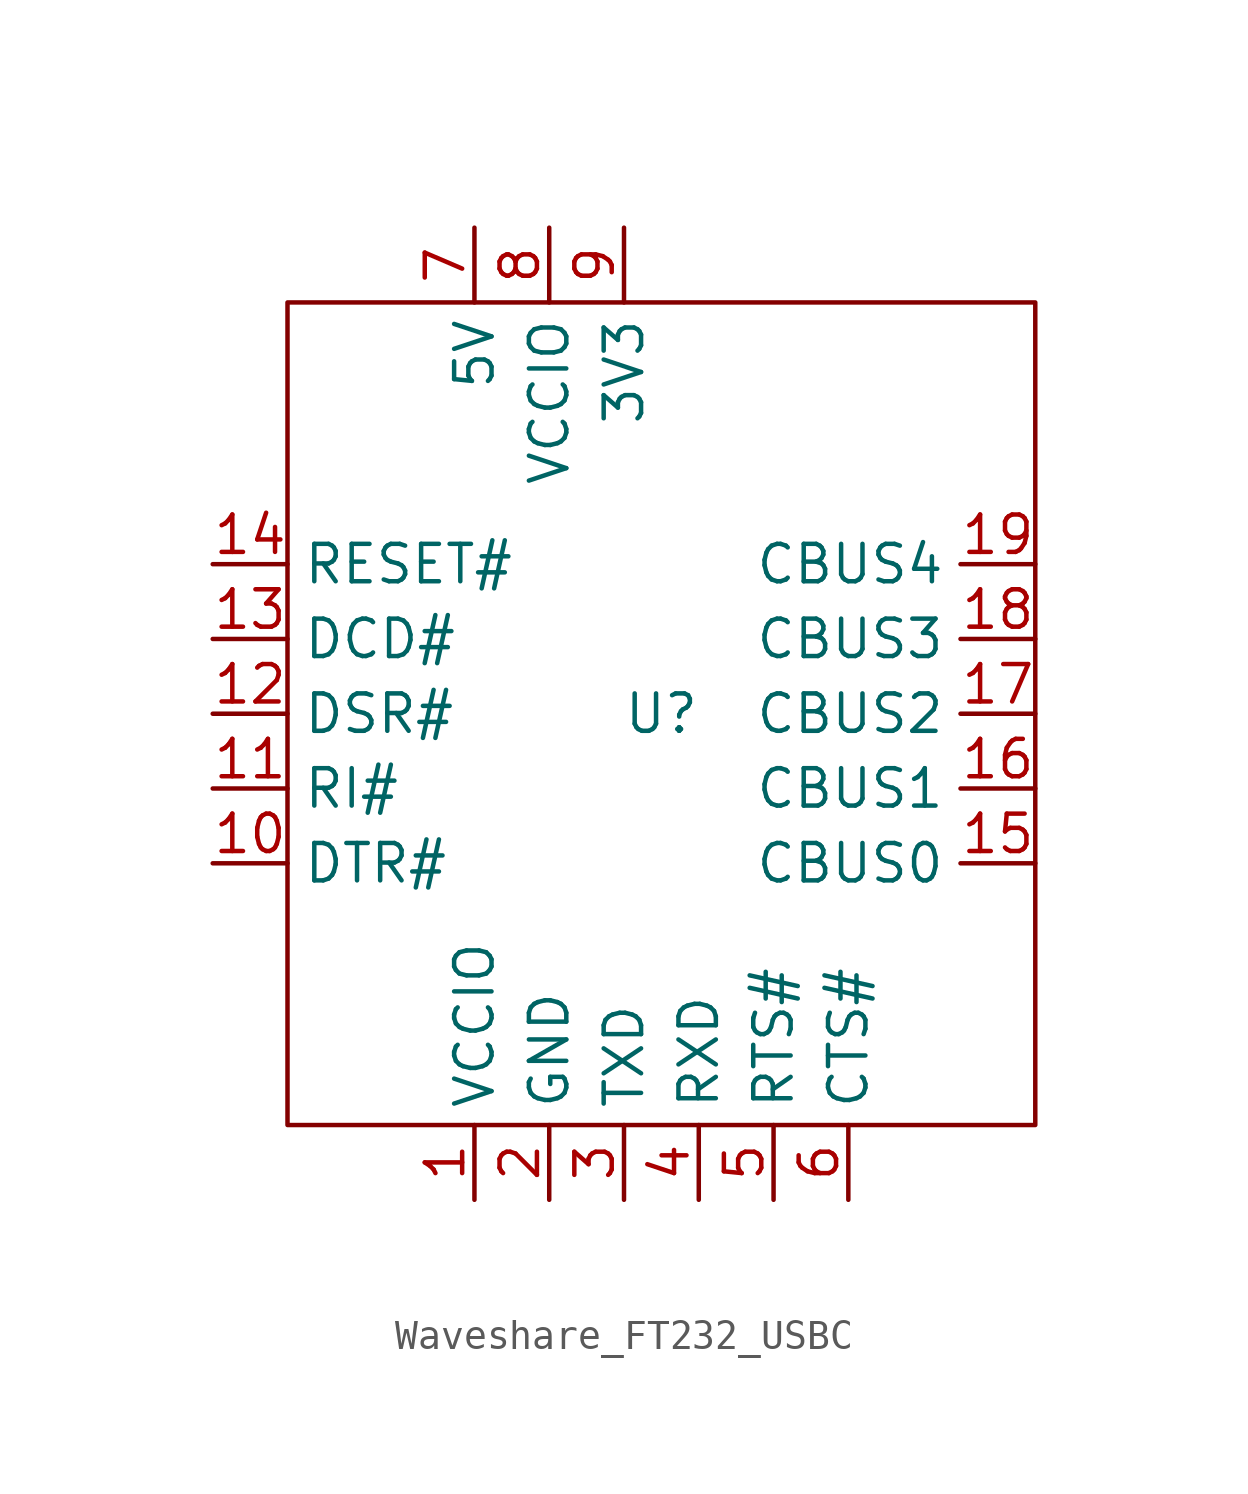
<source format=kicad_sym>
(kicad_symbol_lib
  (version 20220914)
  (generator kicad_symbol_editor)
  (symbol "Waveshare_FT232_USBC"
    (property "Reference" "U"
      (at 0 0 0)
      (effects (font (size 1.27 1.27))))
    (property "Value" ""
      (at 0 0 0)
      (effects (font (size 1.27 1.27))))
    (symbol "Waveshare_FT232_USBC_0_1"
      (rectangle (start -12.7 13.97) (end 12.7 -13.97) (stroke (width 0) (type default)) (fill (type none))))
    (symbol "Waveshare_FT232_USBC_1_1"
      (pin bidirectional line (at -6.35 -16.51 90) (length 2.54) (name "VCCIO" (effects (font (size 1.27 1.27)))) (number "1" (effects (font (size 1.27 1.27)))))
      (pin bidirectional line (at -15.24 -5.08 0) (length 2.54) (name "DTR#" (effects (font (size 1.27 1.27)))) (number "10" (effects (font (size 1.27 1.27)))))
      (pin bidirectional line (at -15.24 -2.54 0) (length 2.54) (name "RI#" (effects (font (size 1.27 1.27)))) (number "11" (effects (font (size 1.27 1.27)))))
      (pin bidirectional line (at -15.24 0 0) (length 2.54) (name "DSR#" (effects (font (size 1.27 1.27)))) (number "12" (effects (font (size 1.27 1.27)))))
      (pin bidirectional line (at -15.24 2.54 0) (length 2.54) (name "DCD#" (effects (font (size 1.27 1.27)))) (number "13" (effects (font (size 1.27 1.27)))))
      (pin bidirectional line (at -15.24 5.08 0) (length 2.54) (name "RESET#" (effects (font (size 1.27 1.27)))) (number "14" (effects (font (size 1.27 1.27)))))
      (pin bidirectional line (at 12.7 -5.08 180) (length 2.54) (name "CBUS0" (effects (font (size 1.27 1.27)))) (number "15" (effects (font (size 1.27 1.27)))))
      (pin bidirectional line (at 12.7 -2.54 180) (length 2.54) (name "CBUS1" (effects (font (size 1.27 1.27)))) (number "16" (effects (font (size 1.27 1.27)))))
      (pin bidirectional line (at 12.7 0 180) (length 2.54) (name "CBUS2" (effects (font (size 1.27 1.27)))) (number "17" (effects (font (size 1.27 1.27)))))
      (pin bidirectional line (at 12.7 2.54 180) (length 2.54) (name "CBUS3" (effects (font (size 1.27 1.27)))) (number "18" (effects (font (size 1.27 1.27)))))
      (pin bidirectional line (at 12.7 5.08 180) (length 2.54) (name "CBUS4" (effects (font (size 1.27 1.27)))) (number "19" (effects (font (size 1.27 1.27)))))
      (pin bidirectional line (at -3.81 -16.51 90) (length 2.54) (name "GND" (effects (font (size 1.27 1.27)))) (number "2" (effects (font (size 1.27 1.27)))))
      (pin bidirectional line (at -1.27 -16.51 90) (length 2.54) (name "TXD" (effects (font (size 1.27 1.27)))) (number "3" (effects (font (size 1.27 1.27)))))
      (pin bidirectional line (at 1.27 -16.51 90) (length 2.54) (name "RXD" (effects (font (size 1.27 1.27)))) (number "4" (effects (font (size 1.27 1.27)))))
      (pin bidirectional line (at 3.81 -16.51 90) (length 2.54) (name "RTS#" (effects (font (size 1.27 1.27)))) (number "5" (effects (font (size 1.27 1.27)))))
      (pin bidirectional line (at 6.35 -16.51 90) (length 2.54) (name "CTS#" (effects (font (size 1.27 1.27)))) (number "6" (effects (font (size 1.27 1.27)))))
      (pin bidirectional line (at -6.35 16.51 270) (length 2.54) (name "5V" (effects (font (size 1.27 1.27)))) (number "7" (effects (font (size 1.27 1.27)))))
      (pin bidirectional line (at -3.81 16.51 270) (length 2.54) (name "VCCIO" (effects (font (size 1.27 1.27)))) (number "8" (effects (font (size 1.27 1.27)))))
      (pin bidirectional line (at -1.27 16.51 270) (length 2.54) (name "3V3" (effects (font (size 1.27 1.27)))) (number "9" (effects (font (size 1.27 1.27))))))))
</source>
